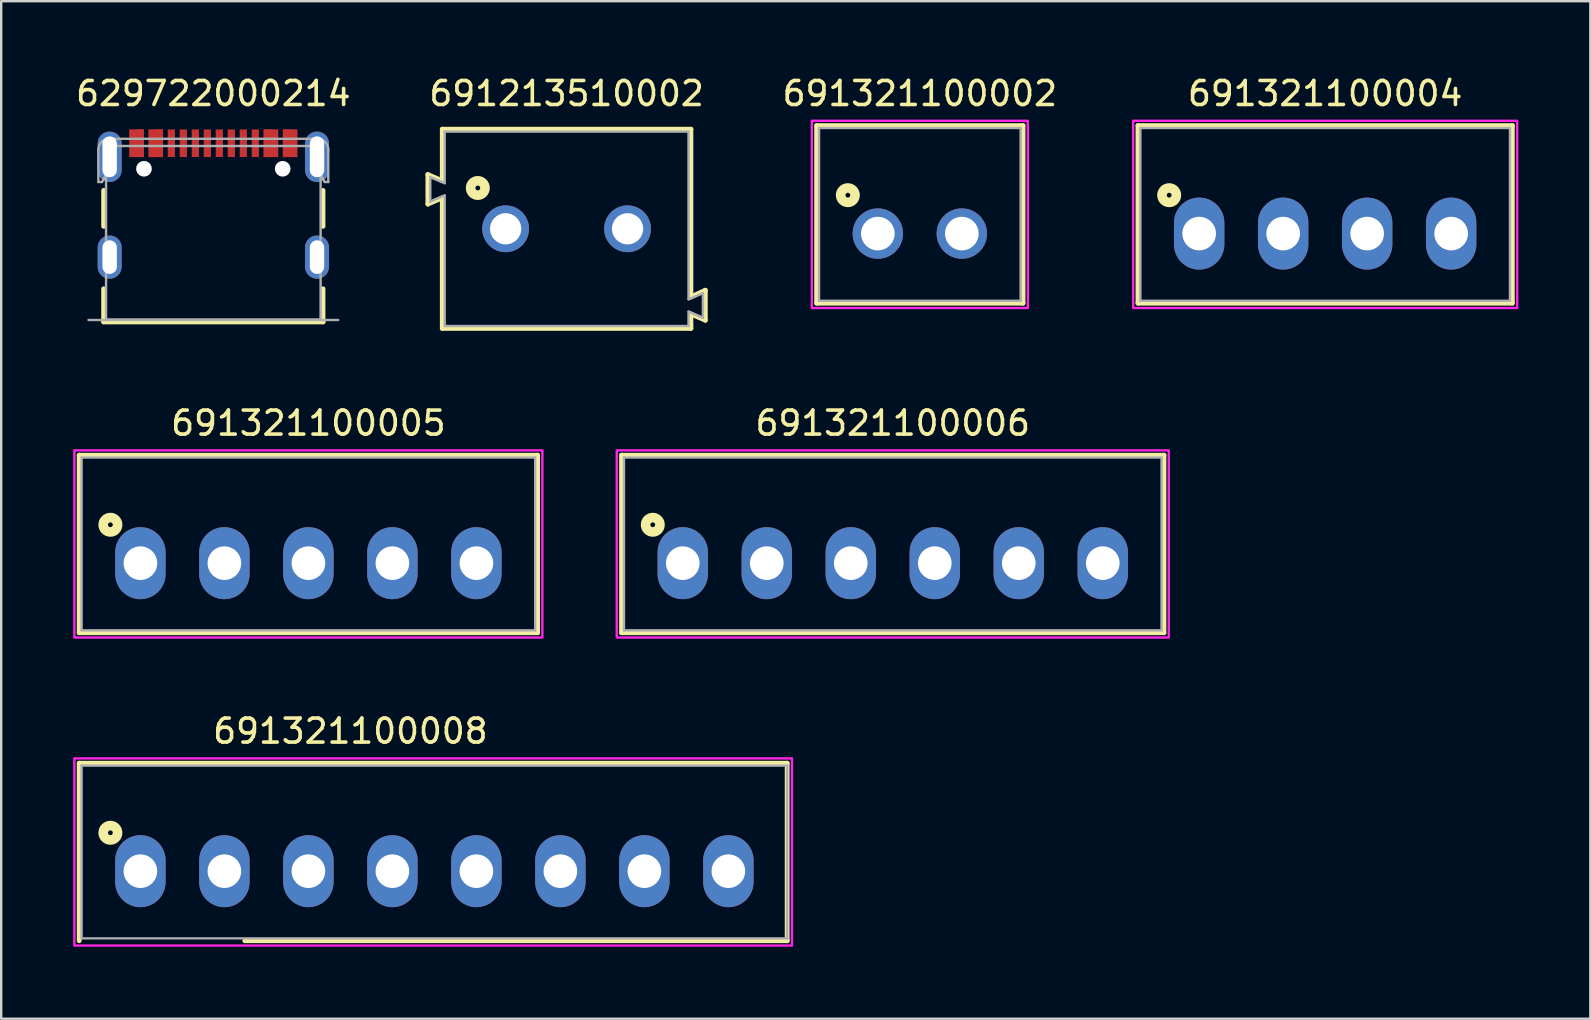
<source format=kicad_pcb>
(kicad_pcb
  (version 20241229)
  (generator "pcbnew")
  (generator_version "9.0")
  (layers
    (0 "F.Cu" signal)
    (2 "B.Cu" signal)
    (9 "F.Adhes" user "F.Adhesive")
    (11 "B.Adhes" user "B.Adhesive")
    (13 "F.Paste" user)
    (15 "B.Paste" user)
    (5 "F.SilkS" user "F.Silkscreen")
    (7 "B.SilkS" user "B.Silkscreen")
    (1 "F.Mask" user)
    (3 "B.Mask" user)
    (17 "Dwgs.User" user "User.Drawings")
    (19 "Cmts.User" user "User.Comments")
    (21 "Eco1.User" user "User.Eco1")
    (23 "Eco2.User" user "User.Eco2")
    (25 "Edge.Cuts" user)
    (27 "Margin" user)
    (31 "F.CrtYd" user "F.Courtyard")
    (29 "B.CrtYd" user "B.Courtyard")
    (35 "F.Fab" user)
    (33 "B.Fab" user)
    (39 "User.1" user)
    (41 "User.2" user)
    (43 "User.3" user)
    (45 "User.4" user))
  (footprint "629722000214"
    (layer "F.Cu")
    (at 5.839 7.663)
    (property "Reference" "629722000214" (at 0 -6.815 0) (layer "F.SilkS") (effects (font (size 1 1) (thickness 0.15))))
    (attr smd)
    (fp_poly (pts (xy -3.6 -5.42) (xy -3.6 -4.07) (xy -2.8 -4.07) (xy -2.8 -5.42)) (stroke (width 0.01) (type solid)) (fill yes) (layer "F.Mask"))
    (fp_poly (pts (xy -2.8 -5.42) (xy -2.8 -4.07) (xy -2 -4.07) (xy -2 -5.42)) (stroke (width 0.01) (type solid)) (fill yes) (layer "F.Mask"))
    (fp_poly (pts (xy 2 -5.42) (xy 2 -4.07) (xy 2.8 -4.07) (xy 2.8 -5.42)) (stroke (width 0.01) (type solid)) (fill yes) (layer "F.Mask"))
    (fp_poly (pts (xy 2.8 -5.42) (xy 2.8 -4.07) (xy 3.6 -4.07) (xy 3.6 -5.42)) (stroke (width 0.01) (type solid)) (fill yes) (layer "F.Mask"))
    (fp_line (start -4.57 -2.78) (end -4.57 -1.28) (stroke (width 0.2) (type solid)) (layer "F.SilkS"))
    (fp_line (start -4.57 1.32) (end -4.57 2.7) (stroke (width 0.2) (type solid)) (layer "F.SilkS"))
    (fp_line (start -4.57 2.7) (end 4.57 2.7) (stroke (width 0.2) (type solid)) (layer "F.SilkS"))
    (fp_line (start 4.57 -1.28) (end 4.57 -2.78) (stroke (width 0.2) (type solid)) (layer "F.SilkS"))
    (fp_line (start 4.57 2.7) (end 4.57 1.32) (stroke (width 0.2) (type solid)) (layer "F.SilkS"))
    (fp_poly (pts (xy -3.5 -5.32) (xy -3.5 -4.17) (xy -2.9 -4.17) (xy -2.9 -5.32)) (stroke (width 0.01) (type solid)) (fill yes) (layer "F.Paste"))
    (fp_poly (pts (xy -2.7 -5.32) (xy -2.7 -4.17) (xy -2.1 -4.17) (xy -2.1 -5.32)) (stroke (width 0.01) (type solid)) (fill yes) (layer "F.Paste"))
    (fp_poly (pts (xy 2.1 -5.32) (xy 2.1 -4.17) (xy 2.7 -4.17) (xy 2.7 -5.32)) (stroke (width 0.01) (type solid)) (fill yes) (layer "F.Paste"))
    (fp_poly (pts (xy 2.9 -5.32) (xy 2.9 -4.17) (xy 3.5 -4.17) (xy 3.5 -5.32)) (stroke (width 0.01) (type solid)) (fill yes) (layer "F.Paste"))
    (fp_line (start -5.2 2.62) (end 5.2 2.62) (stroke (width 0.1) (type solid)) (layer "F.Fab"))
    (fp_line (start -4.79 -4.48) (end -4.79 -3.13) (stroke (width 0.1) (type solid)) (layer "F.Fab"))
    (fp_line (start -4.79 -3.13) (end -4.64 -3.13) (stroke (width 0.1) (type solid)) (layer "F.Fab"))
    (fp_line (start -4.64 -3.13) (end -4.47 -3.43) (stroke (width 0.1) (type solid)) (layer "F.Fab"))
    (fp_line (start -4.49 -4.48) (end -4.49 -3.395) (stroke (width 0.1) (type solid)) (layer "F.Fab"))
    (fp_line (start -4.47 -4.55) (end -4.47 -3.43) (stroke (width 0.1) (type solid)) (layer "F.Fab"))
    (fp_line (start -4.47 -3.43) (end -4.47 2.6) (stroke (width 0.1) (type solid)) (layer "F.Fab"))
    (fp_line (start -4.47 2.6) (end 4.47 2.6) (stroke (width 0.1) (type solid)) (layer "F.Fab"))
    (fp_line (start -4.34 -4.63) (end 4.34 -4.63) (stroke (width 0.1) (type solid)) (layer "F.Fab"))
    (fp_line (start 4.36 -4.93) (end -4.36 -4.93) (stroke (width 0.1) (type solid)) (layer "F.Fab"))
    (fp_line (start 4.47 -4.55) (end 4.47 -3.43) (stroke (width 0.1) (type solid)) (layer "F.Fab"))
    (fp_line (start 4.47 -3.43) (end 4.47 2.6) (stroke (width 0.1) (type solid)) (layer "F.Fab"))
    (fp_line (start 4.49 -4.48) (end 4.49 -3.395) (stroke (width 0.1) (type solid)) (layer "F.Fab"))
    (fp_line (start 4.64 -3.13) (end 4.47 -3.43) (stroke (width 0.1) (type solid)) (layer "F.Fab"))
    (fp_line (start 4.79 -4.48) (end 4.79 -3.13) (stroke (width 0.1) (type solid)) (layer "F.Fab"))
    (fp_line (start 4.79 -3.13) (end 4.64 -3.13) (stroke (width 0.1) (type solid)) (layer "F.Fab"))
    (fp_arc (start -4.79 -4.48) (mid -4.665284 -4.791272) (end -4.36 -4.93) (stroke (width 0.1) (type solid)) (layer "F.Fab"))
    (fp_arc (start -4.49 -4.48) (mid -4.446066 -4.586066) (end -4.34 -4.63) (stroke (width 0.1) (type solid)) (layer "F.Fab"))
    (fp_arc (start 4.34 -4.63) (mid 4.446066 -4.586066) (end 4.49 -4.48) (stroke (width 0.1) (type solid)) (layer "F.Fab"))
    (fp_arc (start 4.36 -4.93) (mid 4.665284 -4.791272) (end 4.79 -4.48) (stroke (width 0.1) (type solid)) (layer "F.Fab"))
    (fp_text user "PCB Cutout Area" (at 4.3 -4.18 0) (layer "Edge.Cuts") (effects (font (size 0.1 0.1) (thickness 0.15))))
    (fp_text user "PCB Cutout Area" (at -4.3 0.02 0) (layer "Edge.Cuts") (effects (font (size 0.1 0.1) (thickness 0.15))))
    (fp_text user "PCB Cutout Area" (at 4.3 0.02 0) (layer "Edge.Cuts") (effects (font (size 0.1 0.1) (thickness 0.15))))
    (fp_text user "PCB Cutout Area" (at -4.3 -4.18 0) (layer "Edge.Cuts") (effects (font (size 0.1 0.1) (thickness 0.15))))
    (pad "" np_thru_hole circle (at -2.89 -3.68) (size 0.65 0.65) (drill 0.65) (layers "*.Cu" "*.Mask"))
    (pad "" np_thru_hole circle (at 2.89 -3.68) (size 0.65 0.65) (drill 0.65) (layers "*.Cu" "*.Mask"))
    (pad "A1" smd custom (at -3.35 -4.745) (size 0.3 1.15) (layers "F.Cu") (options (anchor rect)) (primitives (gr_poly (pts (xy -0.15 -0.575) (xy -0.15 0.575) (xy 0.45 0.575) (xy 0.45 -0.575)) (width 0.01) (fill yes))))
    (pad "A4" smd custom (at -2.55 -4.745) (size 0.3 1.15) (layers "F.Cu") (options (anchor rect)) (primitives (gr_poly (pts (xy -0.15 -0.575) (xy -0.15 0.575) (xy 0.45 0.575) (xy 0.45 -0.575)) (width 0.01) (fill yes))))
    (pad "A5" smd rect (at -1.25 -4.745) (size 0.3 1.15) (layers "F.Cu" "F.Mask" "F.Paste"))
    (pad "A6" smd rect (at -0.25 -4.745) (size 0.3 1.15) (layers "F.Cu" "F.Mask" "F.Paste"))
    (pad "A7" smd rect (at 0.25 -4.745) (size 0.3 1.15) (layers "F.Cu" "F.Mask" "F.Paste"))
    (pad "A8" smd rect (at 1.25 -4.745) (size 0.3 1.15) (layers "F.Cu" "F.Mask" "F.Paste"))
    (pad "A9" smd custom (at 2.55 -4.745) (size 0.3 1.15) (layers "F.Cu") (options (anchor rect)) (primitives (gr_poly (pts (xy -0.45 -0.575) (xy -0.45 0.575) (xy 0.15 0.575) (xy 0.15 -0.575)) (width 0.01) (fill yes))))
    (pad "A12" smd custom (at 3.35 -4.745) (size 0.3 1.15) (layers "F.Cu") (options (anchor rect)) (primitives (gr_poly (pts (xy -0.45 -0.575) (xy -0.45 0.575) (xy 0.15 0.575) (xy 0.15 -0.575)) (width 0.01) (fill yes))))
    (pad "B1" smd rect (at 3.05 -4.745) (size 0.3 1.15) (layers "F.Cu"))
    (pad "B4" smd rect (at 2.25 -4.745) (size 0.3 1.15) (layers "F.Cu"))
    (pad "B5" smd rect (at 1.75 -4.745) (size 0.3 1.15) (layers "F.Cu" "F.Mask" "F.Paste"))
    (pad "B6" smd rect (at 0.75 -4.745) (size 0.3 1.15) (layers "F.Cu" "F.Mask" "F.Paste"))
    (pad "B7" smd rect (at -0.75 -4.745) (size 0.3 1.15) (layers "F.Cu" "F.Mask" "F.Paste"))
    (pad "B8" smd rect (at -1.75 -4.745) (size 0.3 1.15) (layers "F.Cu" "F.Mask" "F.Paste"))
    (pad "B9" smd rect (at -2.25 -4.745) (size 0.3 1.15) (layers "F.Cu"))
    (pad "B12" smd rect (at -3.05 -4.745) (size 0.3 1.15) (layers "F.Cu"))
    (pad "S1" thru_hole oval (at -4.32 -4.18) (size 1 2.1) (drill oval 0.6 1.7) (layers "*.Cu" "*.Mask"))
    (pad "S2" thru_hole oval (at 4.32 -4.18) (size 1 2.1) (drill oval 0.6 1.7) (layers "*.Cu" "*.Mask"))
    (pad "S3" thru_hole oval (at -4.32 0) (size 1 1.8) (drill oval 0.6 1.4) (layers "*.Cu" "*.Mask"))
    (pad "S4" thru_hole oval (at 4.32 0) (size 1 1.8) (drill oval 0.6 1.4) (layers "*.Cu" "*.Mask")))
  (footprint "691321100006"
    (layer "F.Cu")
    (at 34.15 20.416)
    (property "Reference" "691321100006" (at 0 -5.835 0) (layer "F.SilkS") (effects (font (size 1 1) (thickness 0.15))))
    (attr through_hole)
    (fp_line (start -11.3 -4.5) (end 11.3 -4.5) (stroke (width 0.2) (type solid)) (layer "F.SilkS"))
    (fp_line (start -11.3 2.9) (end -11.3 -4.5) (stroke (width 0.2) (type solid)) (layer "F.SilkS"))
    (fp_line (start 11.3 -4.5) (end 11.3 2.9) (stroke (width 0.2) (type solid)) (layer "F.SilkS"))
    (fp_line (start 11.3 2.9) (end -11.3 2.9) (stroke (width 0.2) (type solid)) (layer "F.SilkS"))
    (fp_circle (center -10 -1.6) (end -9.9 -1.6) (stroke (width 0.4) (type solid)) (fill no) (layer "F.SilkS"))
    (fp_poly (pts (xy -11.5 -4.7) (xy 11.5 -4.7) (xy 11.5 3.1) (xy -11.5 3.1)) (stroke (width 0.1) (type solid)) (fill no) (layer "F.CrtYd"))
    (fp_line (start -11.2 -4.4) (end -11.2 2.8) (stroke (width 0.1) (type solid)) (layer "F.Fab"))
    (fp_line (start -11.2 2.8) (end 11.2 2.8) (stroke (width 0.1) (type solid)) (layer "F.Fab"))
    (fp_line (start 11.2 -4.4) (end -11.2 -4.4) (stroke (width 0.1) (type solid)) (layer "F.Fab"))
    (fp_line (start 11.2 2.8) (end 11.2 -4.4) (stroke (width 0.1) (type solid)) (layer "F.Fab"))
    (pad "1" thru_hole oval (at -8.75 0) (size 2.1 3) (drill 1.4) (layers "*.Cu" "*.Mask"))
    (pad "2" thru_hole oval (at -5.25 0) (size 2.1 3) (drill 1.4) (layers "*.Cu" "*.Mask"))
    (pad "3" thru_hole oval (at -1.75 0) (size 2.1 3) (drill 1.4) (layers "*.Cu" "*.Mask"))
    (pad "4" thru_hole oval (at 1.75 0) (size 2.1 3) (drill 1.4) (layers "*.Cu" "*.Mask"))
    (pad "5" thru_hole oval (at 5.25 0) (size 2.1 3) (drill 1.4) (layers "*.Cu" "*.Mask"))
    (pad "6" thru_hole oval (at 8.75 0) (size 2.1 3) (drill 1.4) (layers "*.Cu" "*.Mask")))
  (footprint "691321100004"
    (layer "F.Cu")
    (at 52.167 6.683)
    (property "Reference" "691321100004" (at 0 -5.835 0) (layer "F.SilkS") (effects (font (size 1 1) (thickness 0.15))))
    (attr through_hole)
    (fp_line (start -7.8 -4.5) (end 7.8 -4.5) (stroke (width 0.2) (type solid)) (layer "F.SilkS"))
    (fp_line (start -7.8 2.9) (end -7.8 -4.5) (stroke (width 0.2) (type solid)) (layer "F.SilkS"))
    (fp_line (start 7.8 -4.5) (end 7.8 2.9) (stroke (width 0.2) (type solid)) (layer "F.SilkS"))
    (fp_line (start 7.8 2.9) (end -7.8 2.9) (stroke (width 0.2) (type solid)) (layer "F.SilkS"))
    (fp_circle (center -6.5 -1.6) (end -6.4 -1.6) (stroke (width 0.4) (type solid)) (fill no) (layer "F.SilkS"))
    (fp_poly (pts (xy -8 -4.7) (xy 8 -4.7) (xy 8 3.1) (xy -8 3.1)) (stroke (width 0.1) (type solid)) (fill no) (layer "F.CrtYd"))
    (fp_line (start -7.7 -4.4) (end -7.7 2.8) (stroke (width 0.1) (type solid)) (layer "F.Fab"))
    (fp_line (start -7.7 2.8) (end 7.7 2.8) (stroke (width 0.1) (type solid)) (layer "F.Fab"))
    (fp_line (start 7.7 -4.4) (end -7.7 -4.4) (stroke (width 0.1) (type solid)) (layer "F.Fab"))
    (fp_line (start 7.7 2.8) (end 7.7 -4.4) (stroke (width 0.1) (type solid)) (layer "F.Fab"))
    (pad "1" thru_hole oval (at -5.25 0) (size 2.1 3) (drill 1.4) (layers "*.Cu" "*.Mask"))
    (pad "2" thru_hole oval (at -1.75 0) (size 2.1 3) (drill 1.4) (layers "*.Cu" "*.Mask"))
    (pad "3" thru_hole oval (at 1.75 0) (size 2.1 3) (drill 1.4) (layers "*.Cu" "*.Mask"))
    (pad "4" thru_hole oval (at 5.25 0) (size 2.1 3) (drill 1.4) (layers "*.Cu" "*.Mask")))
  (footprint "691321100008"
    (layer "F.Cu")
    (at 11.55 33.25)
    (property "Reference" "691321100008" (at 0 -5.835 0) (layer "F.SilkS") (effects (font (size 1 1) (thickness 0.15))))
    (attr through_hole)
    (fp_line (start -11.3 -4.5) (end 18.2 -4.5) (stroke (width 0.2) (type solid)) (layer "F.SilkS"))
    (fp_line (start -11.3 2.9) (end -11.3 -4.5) (stroke (width 0.2) (type solid)) (layer "F.SilkS"))
    (fp_line (start 18.2 -4.5) (end 18.2 2.9) (stroke (width 0.2) (type solid)) (layer "F.SilkS"))
    (fp_line (start 18.2 2.9) (end -4.4 2.9) (stroke (width 0.2) (type solid)) (layer "F.SilkS"))
    (fp_circle (center -10 -1.6) (end -9.9 -1.6) (stroke (width 0.4) (type solid)) (fill no) (layer "F.SilkS"))
    (fp_poly (pts (xy -11.5 -4.7) (xy 18.4 -4.7) (xy 18.4 3.1) (xy -11.5 3.1)) (stroke (width 0.1) (type solid)) (fill no) (layer "F.CrtYd"))
    (fp_line (start -11.2 -4.4) (end -11.2 2.8) (stroke (width 0.1) (type solid)) (layer "F.Fab"))
    (fp_line (start -11.2 2.8) (end 18.2 2.8) (stroke (width 0.1) (type solid)) (layer "F.Fab"))
    (fp_line (start 18.2 -4.4) (end -11.2 -4.4) (stroke (width 0.1) (type solid)) (layer "F.Fab"))
    (fp_line (start 18.2 2.8) (end 18.2 -4.4) (stroke (width 0.1) (type solid)) (layer "F.Fab"))
    (pad "1" thru_hole oval (at -8.75 0) (size 2.1 3) (drill 1.4) (layers "*.Cu" "*.Mask"))
    (pad "2" thru_hole oval (at -5.25 0) (size 2.1 3) (drill 1.4) (layers "*.Cu" "*.Mask"))
    (pad "3" thru_hole oval (at -1.75 0) (size 2.1 3) (drill 1.4) (layers "*.Cu" "*.Mask"))
    (pad "4" thru_hole oval (at 1.75 0) (size 2.1 3) (drill 1.4) (layers "*.Cu" "*.Mask"))
    (pad "5" thru_hole oval (at 5.25 0) (size 2.1 3) (drill 1.4) (layers "*.Cu" "*.Mask"))
    (pad "6" thru_hole oval (at 8.75 0) (size 2.1 3) (drill 1.4) (layers "*.Cu" "*.Mask"))
    (pad "7" thru_hole oval (at 12.25 0) (size 2.1 3) (drill 1.4) (layers "*.Cu" "*.Mask"))
    (pad "8" thru_hole oval (at 15.75 0) (size 2.1 3) (drill 1.4) (layers "*.Cu" "*.Mask")))
  (footprint "691321100005"
    (layer "F.Cu")
    (at 9.8 20.416)
    (property "Reference" "691321100005" (at 0 -5.835 0) (layer "F.SilkS") (effects (font (size 1 1) (thickness 0.15))))
    (attr through_hole)
    (fp_line (start -9.55 -4.5) (end 9.55 -4.5) (stroke (width 0.2) (type solid)) (layer "F.SilkS"))
    (fp_line (start -9.55 2.9) (end -9.55 -4.5) (stroke (width 0.2) (type solid)) (layer "F.SilkS"))
    (fp_line (start 9.55 -4.5) (end 9.55 2.9) (stroke (width 0.2) (type solid)) (layer "F.SilkS"))
    (fp_line (start 9.55 2.9) (end -9.55 2.9) (stroke (width 0.2) (type solid)) (layer "F.SilkS"))
    (fp_circle (center -8.25 -1.6) (end -8.15 -1.6) (stroke (width 0.4) (type solid)) (fill no) (layer "F.SilkS"))
    (fp_poly (pts (xy -9.75 -4.7) (xy 9.75 -4.7) (xy 9.75 3.1) (xy -9.75 3.1)) (stroke (width 0.1) (type solid)) (fill no) (layer "F.CrtYd"))
    (fp_line (start -9.45 -4.4) (end -9.45 2.8) (stroke (width 0.1) (type solid)) (layer "F.Fab"))
    (fp_line (start -9.45 2.8) (end 9.45 2.8) (stroke (width 0.1) (type solid)) (layer "F.Fab"))
    (fp_line (start 9.45 -4.4) (end -9.45 -4.4) (stroke (width 0.1) (type solid)) (layer "F.Fab"))
    (fp_line (start 9.45 2.8) (end 9.45 -4.4) (stroke (width 0.1) (type solid)) (layer "F.Fab"))
    (pad "1" thru_hole oval (at -7 0) (size 2.1 3) (drill 1.4) (layers "*.Cu" "*.Mask"))
    (pad "2" thru_hole oval (at -3.5 0) (size 2.1 3) (drill 1.4) (layers "*.Cu" "*.Mask"))
    (pad "3" thru_hole oval (at 0 0) (size 2.1 3) (drill 1.4) (layers "*.Cu" "*.Mask"))
    (pad "4" thru_hole oval (at 3.5 0) (size 2.1 3) (drill 1.4) (layers "*.Cu" "*.Mask"))
    (pad "5" thru_hole oval (at 7 0) (size 2.1 3) (drill 1.4) (layers "*.Cu" "*.Mask")))
  (footprint "691213510002"
    (layer "F.Cu")
    (at 20.559 6.483)
    (property "Reference" "691213510002" (at 0 -5.635 0) (layer "F.SilkS") (effects (font (size 1 1) (thickness 0.15))))
    (attr through_hole)
    (fp_line (start -5.78 -2.26) (end -5.18 -2) (stroke (width 0.2) (type solid)) (layer "F.SilkS"))
    (fp_line (start -5.78 -1.03) (end -5.78 -2.26) (stroke (width 0.2) (type solid)) (layer "F.SilkS"))
    (fp_line (start -5.18 -4.15) (end 5.18 -4.15) (stroke (width 0.2) (type solid)) (layer "F.SilkS"))
    (fp_line (start -5.18 -2) (end -5.18 -4.15) (stroke (width 0.2) (type solid)) (layer "F.SilkS"))
    (fp_line (start -5.18 -1.29) (end -5.78 -1.03) (stroke (width 0.2) (type solid)) (layer "F.SilkS"))
    (fp_line (start -5.18 4.15) (end -5.18 -1.29) (stroke (width 0.2) (type solid)) (layer "F.SilkS"))
    (fp_line (start 5.18 -4.15) (end 5.18 2.84) (stroke (width 0.2) (type solid)) (layer "F.SilkS"))
    (fp_line (start 5.18 2.84) (end 5.78 2.56) (stroke (width 0.2) (type solid)) (layer "F.SilkS"))
    (fp_line (start 5.18 3.55) (end 5.18 4.15) (stroke (width 0.2) (type solid)) (layer "F.SilkS"))
    (fp_line (start 5.18 4.15) (end -5.18 4.15) (stroke (width 0.2) (type solid)) (layer "F.SilkS"))
    (fp_line (start 5.78 2.56) (end 5.78 3.81) (stroke (width 0.2) (type solid)) (layer "F.SilkS"))
    (fp_line (start 5.78 3.81) (end 5.18 3.55) (stroke (width 0.2) (type solid)) (layer "F.SilkS"))
    (fp_circle (center -3.7 -1.7) (end -3.6 -1.7) (stroke (width 0.4) (type solid)) (fill no) (layer "F.SilkS"))
    (fp_line (start -5.68 -2.16) (end -5.68 -1.13) (stroke (width 0.1) (type solid)) (layer "F.Fab"))
    (fp_line (start -5.68 -1.13) (end -5.08 -1.39) (stroke (width 0.1) (type solid)) (layer "F.Fab"))
    (fp_line (start -5.08 -4.05) (end -5.08 -1.9) (stroke (width 0.1) (type solid)) (layer "F.Fab"))
    (fp_line (start -5.08 -4.05) (end 5.08 -4.05) (stroke (width 0.1) (type solid)) (layer "F.Fab"))
    (fp_line (start -5.08 -1.9) (end -5.68 -2.16) (stroke (width 0.1) (type solid)) (layer "F.Fab"))
    (fp_line (start -5.08 -1.39) (end -5.08 4.05) (stroke (width 0.1) (type solid)) (layer "F.Fab"))
    (fp_line (start -5.08 4.05) (end 5.08 4.05) (stroke (width 0.1) (type solid)) (layer "F.Fab"))
    (fp_line (start 5.08 -4.05) (end 5.08 2.94) (stroke (width 0.1) (type solid)) (layer "F.Fab"))
    (fp_line (start 5.08 2.94) (end 5.68 2.68) (stroke (width 0.1) (type solid)) (layer "F.Fab"))
    (fp_line (start 5.08 3.45) (end 5.08 4.05) (stroke (width 0.1) (type solid)) (layer "F.Fab"))
    (fp_line (start 5.08 3.45) (end 5.68 3.71) (stroke (width 0.1) (type solid)) (layer "F.Fab"))
    (fp_line (start 5.68 2.68) (end 5.68 3.71) (stroke (width 0.1) (type solid)) (layer "F.Fab"))
    (pad "1" thru_hole circle (at -2.54 0) (size 1.95 1.95) (drill 1.3) (layers "*.Cu" "*.Mask"))
    (pad "2" thru_hole circle (at 2.54 0) (size 1.95 1.95) (drill 1.3) (layers "*.Cu" "*.Mask")))
  (footprint "691321100002"
    (layer "F.Cu")
    (at 35.278 6.683)
    (property "Reference" "691321100002" (at 0 -5.835 0) (layer "F.SilkS") (effects (font (size 1 1) (thickness 0.15))))
    (attr through_hole)
    (fp_line (start -4.3 -4.5) (end 4.3 -4.5) (stroke (width 0.2) (type solid)) (layer "F.SilkS"))
    (fp_line (start -4.3 2.9) (end -4.3 -4.5) (stroke (width 0.2) (type solid)) (layer "F.SilkS"))
    (fp_line (start 4.3 -4.5) (end 4.3 2.9) (stroke (width 0.2) (type solid)) (layer "F.SilkS"))
    (fp_line (start 4.3 2.9) (end -4.3 2.9) (stroke (width 0.2) (type solid)) (layer "F.SilkS"))
    (fp_circle (center -3 -1.6) (end -2.9 -1.6) (stroke (width 0.4) (type solid)) (fill no) (layer "F.SilkS"))
    (fp_poly (pts (xy -4.5 -4.7) (xy 4.5 -4.7) (xy 4.5 3.1) (xy -4.5 3.1)) (stroke (width 0.1) (type solid)) (fill no) (layer "F.CrtYd"))
    (fp_line (start -4.2 -4.4) (end -4.2 2.8) (stroke (width 0.1) (type solid)) (layer "F.Fab"))
    (fp_line (start -4.2 2.8) (end 4.2 2.8) (stroke (width 0.1) (type solid)) (layer "F.Fab"))
    (fp_line (start 4.2 -4.4) (end -4.2 -4.4) (stroke (width 0.1) (type solid)) (layer "F.Fab"))
    (fp_line (start 4.2 2.8) (end 4.2 -4.4) (stroke (width 0.1) (type solid)) (layer "F.Fab"))
    (pad "1" thru_hole circle (at -1.75 0) (size 2.1 2.1) (drill 1.4) (layers "*.Cu" "*.Mask"))
    (pad "2" thru_hole circle (at 1.75 0) (size 2.1 2.1) (drill 1.4) (layers "*.Cu" "*.Mask")))
  (gr_rect
    (start -3 -3)
    (end 63.217 39.4)
    (stroke (width 0.1) (type default))
    (fill no)
    (layer "Edge.Cuts")))
</source>
